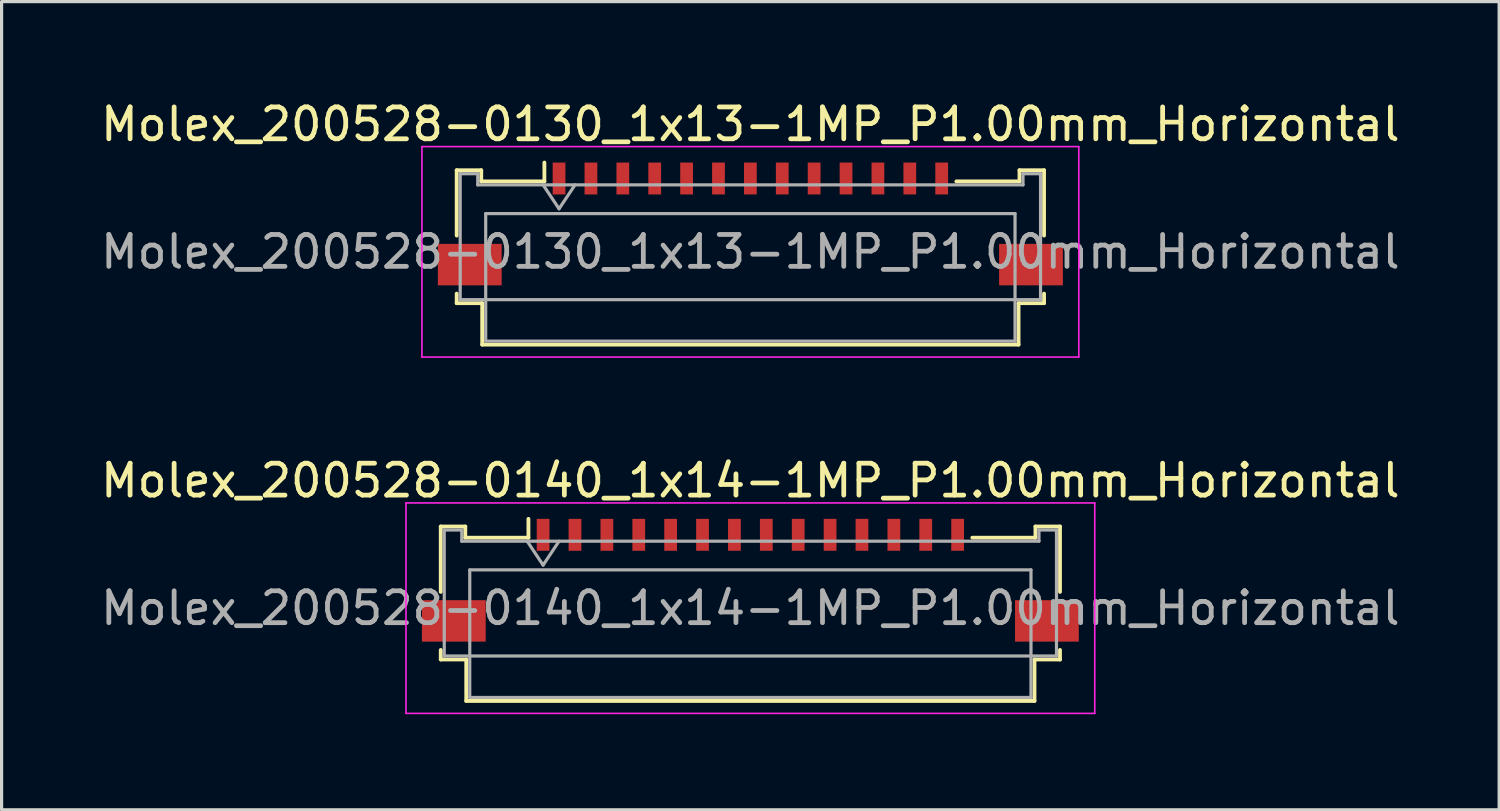
<source format=kicad_pcb>
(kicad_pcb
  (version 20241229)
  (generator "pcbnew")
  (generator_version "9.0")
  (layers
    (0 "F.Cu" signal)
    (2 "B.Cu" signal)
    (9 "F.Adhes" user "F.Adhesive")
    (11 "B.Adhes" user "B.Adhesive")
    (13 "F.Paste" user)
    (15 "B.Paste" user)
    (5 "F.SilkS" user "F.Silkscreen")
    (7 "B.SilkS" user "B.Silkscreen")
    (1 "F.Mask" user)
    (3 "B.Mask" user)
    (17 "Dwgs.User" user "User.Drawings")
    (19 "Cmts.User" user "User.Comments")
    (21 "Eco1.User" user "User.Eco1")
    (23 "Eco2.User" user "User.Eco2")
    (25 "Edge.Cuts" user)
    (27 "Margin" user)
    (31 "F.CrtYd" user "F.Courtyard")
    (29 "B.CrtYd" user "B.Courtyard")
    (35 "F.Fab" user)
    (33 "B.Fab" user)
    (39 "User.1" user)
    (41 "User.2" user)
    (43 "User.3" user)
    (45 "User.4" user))
  (footprint "Molex_200528-0130_1x13-1MP_P1.00mm_Horizontal"
    (layer "F.Cu")
    (at 20.482 3.458)
    (property "Reference" "Molex_200528-0130_1x13-1MP_P1.00mm_Horizontal" (at 0 -2.61 0) (layer "F.SilkS") (effects (font (size 1 1) (thickness 0.15))))
    (attr smd)
    (fp_line (start -9.21 -1.17) (end -9.21 0.88) (stroke (width 0.12) (type solid)) (layer "F.SilkS"))
    (fp_line (start -9.21 2.7) (end -9.21 3) (stroke (width 0.12) (type solid)) (layer "F.SilkS"))
    (fp_line (start -9.21 3) (end -8.41 3) (stroke (width 0.12) (type solid)) (layer "F.SilkS"))
    (fp_line (start -8.44 -1.17) (end -9.21 -1.17) (stroke (width 0.12) (type solid)) (layer "F.SilkS"))
    (fp_line (start -8.44 -0.82) (end -8.44 -1.17) (stroke (width 0.12) (type solid)) (layer "F.SilkS"))
    (fp_line (start -8.41 3) (end -8.41 4.3) (stroke (width 0.12) (type solid)) (layer "F.SilkS"))
    (fp_line (start -8.41 4.3) (end 8.41 4.3) (stroke (width 0.12) (type solid)) (layer "F.SilkS"))
    (fp_line (start -6.46 -1.41) (end -6.46 -0.82) (stroke (width 0.12) (type solid)) (layer "F.SilkS"))
    (fp_line (start -6.46 -0.82) (end -8.44 -0.82) (stroke (width 0.12) (type solid)) (layer "F.SilkS"))
    (fp_line (start 8.41 3) (end 9.21 3) (stroke (width 0.12) (type solid)) (layer "F.SilkS"))
    (fp_line (start 8.41 4.3) (end 8.41 3) (stroke (width 0.12) (type solid)) (layer "F.SilkS"))
    (fp_line (start 8.44 -1.17) (end 8.44 -0.82) (stroke (width 0.12) (type solid)) (layer "F.SilkS"))
    (fp_line (start 8.44 -0.82) (end 6.46 -0.82) (stroke (width 0.12) (type solid)) (layer "F.SilkS"))
    (fp_line (start 9.21 -1.17) (end 8.44 -1.17) (stroke (width 0.12) (type solid)) (layer "F.SilkS"))
    (fp_line (start 9.21 0.88) (end 9.21 -1.17) (stroke (width 0.12) (type solid)) (layer "F.SilkS"))
    (fp_line (start 9.21 3) (end 9.21 2.7) (stroke (width 0.12) (type solid)) (layer "F.SilkS"))
    (fp_line (start -10.3 -1.91) (end -10.3 4.69) (stroke (width 0.05) (type solid)) (layer "F.CrtYd"))
    (fp_line (start -10.3 4.69) (end 10.3 4.69) (stroke (width 0.05) (type solid)) (layer "F.CrtYd"))
    (fp_line (start 10.3 -1.91) (end -10.3 -1.91) (stroke (width 0.05) (type solid)) (layer "F.CrtYd"))
    (fp_line (start 10.3 4.69) (end 10.3 -1.91) (stroke (width 0.05) (type solid)) (layer "F.CrtYd"))
    (fp_line (start -9.1 -1.06) (end -9.1 2.89) (stroke (width 0.1) (type solid)) (layer "F.Fab"))
    (fp_line (start -9.1 2.89) (end 9.1 2.89) (stroke (width 0.1) (type solid)) (layer "F.Fab"))
    (fp_line (start -8.55 -1.06) (end -9.1 -1.06) (stroke (width 0.1) (type solid)) (layer "F.Fab"))
    (fp_line (start -8.55 -0.71) (end -8.55 -1.06) (stroke (width 0.1) (type solid)) (layer "F.Fab"))
    (fp_line (start -8.3 0.19) (end -8.3 4.19) (stroke (width 0.1) (type solid)) (layer "F.Fab"))
    (fp_line (start -8.3 4.19) (end 8.3 4.19) (stroke (width 0.1) (type solid)) (layer "F.Fab"))
    (fp_line (start -6.5 -0.71) (end -6 0.04) (stroke (width 0.1) (type solid)) (layer "F.Fab"))
    (fp_line (start -6 0.04) (end -5.5 -0.71) (stroke (width 0.1) (type solid)) (layer "F.Fab"))
    (fp_line (start 8.3 0.19) (end -8.3 0.19) (stroke (width 0.1) (type solid)) (layer "F.Fab"))
    (fp_line (start 8.3 4.19) (end 8.3 0.19) (stroke (width 0.1) (type solid)) (layer "F.Fab"))
    (fp_line (start 8.55 -1.06) (end 8.55 -0.71) (stroke (width 0.1) (type solid)) (layer "F.Fab"))
    (fp_line (start 8.55 -0.71) (end -8.55 -0.71) (stroke (width 0.1) (type solid)) (layer "F.Fab"))
    (fp_line (start 9.1 -1.06) (end 8.55 -1.06) (stroke (width 0.1) (type solid)) (layer "F.Fab"))
    (fp_line (start 9.1 2.89) (end 9.1 -1.06) (stroke (width 0.1) (type solid)) (layer "F.Fab"))
    (fp_text user "${REFERENCE}" (at 0 1.39 0) (layer "F.Fab") (effects (font (size 1 1) (thickness 0.15))))
    (pad "1" smd rect (at -6 -0.91) (size 0.4 1) (layers "F.Cu" "F.Mask" "F.Paste"))
    (pad "2" smd rect (at -5 -0.91) (size 0.4 1) (layers "F.Cu" "F.Mask" "F.Paste"))
    (pad "3" smd rect (at -4 -0.91) (size 0.4 1) (layers "F.Cu" "F.Mask" "F.Paste"))
    (pad "4" smd rect (at -3 -0.91) (size 0.4 1) (layers "F.Cu" "F.Mask" "F.Paste"))
    (pad "5" smd rect (at -2 -0.91) (size 0.4 1) (layers "F.Cu" "F.Mask" "F.Paste"))
    (pad "6" smd rect (at -1 -0.91) (size 0.4 1) (layers "F.Cu" "F.Mask" "F.Paste"))
    (pad "7" smd rect (at 0 -0.91) (size 0.4 1) (layers "F.Cu" "F.Mask" "F.Paste"))
    (pad "8" smd rect (at 1 -0.91) (size 0.4 1) (layers "F.Cu" "F.Mask" "F.Paste"))
    (pad "9" smd rect (at 2 -0.91) (size 0.4 1) (layers "F.Cu" "F.Mask" "F.Paste"))
    (pad "10" smd rect (at 3 -0.91) (size 0.4 1) (layers "F.Cu" "F.Mask" "F.Paste"))
    (pad "11" smd rect (at 4 -0.91) (size 0.4 1) (layers "F.Cu" "F.Mask" "F.Paste"))
    (pad "12" smd rect (at 5 -0.91) (size 0.4 1) (layers "F.Cu" "F.Mask" "F.Paste"))
    (pad "13" smd rect (at 6 -0.91) (size 0.4 1) (layers "F.Cu" "F.Mask" "F.Paste"))
    (pad "MP" smd rect (at -8.8 1.79) (size 2 1.3) (layers "F.Cu" "F.Mask" "F.Paste"))
    (pad "MP" smd rect (at 8.8 1.79) (size 2 1.3) (layers "F.Cu" "F.Mask" "F.Paste")))
  (footprint "Molex_200528-0140_1x14-1MP_P1.00mm_Horizontal"
    (layer "F.Cu")
    (at 20.482 14.632)
    (property "Reference" "Molex_200528-0140_1x14-1MP_P1.00mm_Horizontal" (at 0 -2.61 0) (layer "F.SilkS") (effects (font (size 1 1) (thickness 0.15))))
    (attr smd)
    (fp_line (start -9.71 -1.17) (end -9.71 0.88) (stroke (width 0.12) (type solid)) (layer "F.SilkS"))
    (fp_line (start -9.71 2.7) (end -9.71 3) (stroke (width 0.12) (type solid)) (layer "F.SilkS"))
    (fp_line (start -9.71 3) (end -8.91 3) (stroke (width 0.12) (type solid)) (layer "F.SilkS"))
    (fp_line (start -8.94 -1.17) (end -9.71 -1.17) (stroke (width 0.12) (type solid)) (layer "F.SilkS"))
    (fp_line (start -8.94 -0.82) (end -8.94 -1.17) (stroke (width 0.12) (type solid)) (layer "F.SilkS"))
    (fp_line (start -8.91 3) (end -8.91 4.3) (stroke (width 0.12) (type solid)) (layer "F.SilkS"))
    (fp_line (start -8.91 4.3) (end 8.91 4.3) (stroke (width 0.12) (type solid)) (layer "F.SilkS"))
    (fp_line (start -6.96 -1.41) (end -6.96 -0.82) (stroke (width 0.12) (type solid)) (layer "F.SilkS"))
    (fp_line (start -6.96 -0.82) (end -8.94 -0.82) (stroke (width 0.12) (type solid)) (layer "F.SilkS"))
    (fp_line (start 8.91 3) (end 9.71 3) (stroke (width 0.12) (type solid)) (layer "F.SilkS"))
    (fp_line (start 8.91 4.3) (end 8.91 3) (stroke (width 0.12) (type solid)) (layer "F.SilkS"))
    (fp_line (start 8.94 -1.17) (end 8.94 -0.82) (stroke (width 0.12) (type solid)) (layer "F.SilkS"))
    (fp_line (start 8.94 -0.82) (end 6.96 -0.82) (stroke (width 0.12) (type solid)) (layer "F.SilkS"))
    (fp_line (start 9.71 -1.17) (end 8.94 -1.17) (stroke (width 0.12) (type solid)) (layer "F.SilkS"))
    (fp_line (start 9.71 0.88) (end 9.71 -1.17) (stroke (width 0.12) (type solid)) (layer "F.SilkS"))
    (fp_line (start 9.71 3) (end 9.71 2.7) (stroke (width 0.12) (type solid)) (layer "F.SilkS"))
    (fp_line (start -10.8 -1.91) (end -10.8 4.69) (stroke (width 0.05) (type solid)) (layer "F.CrtYd"))
    (fp_line (start -10.8 4.69) (end 10.8 4.69) (stroke (width 0.05) (type solid)) (layer "F.CrtYd"))
    (fp_line (start 10.8 -1.91) (end -10.8 -1.91) (stroke (width 0.05) (type solid)) (layer "F.CrtYd"))
    (fp_line (start 10.8 4.69) (end 10.8 -1.91) (stroke (width 0.05) (type solid)) (layer "F.CrtYd"))
    (fp_line (start -9.6 -1.06) (end -9.6 2.89) (stroke (width 0.1) (type solid)) (layer "F.Fab"))
    (fp_line (start -9.6 2.89) (end 9.6 2.89) (stroke (width 0.1) (type solid)) (layer "F.Fab"))
    (fp_line (start -9.05 -1.06) (end -9.6 -1.06) (stroke (width 0.1) (type solid)) (layer "F.Fab"))
    (fp_line (start -9.05 -0.71) (end -9.05 -1.06) (stroke (width 0.1) (type solid)) (layer "F.Fab"))
    (fp_line (start -8.8 0.19) (end -8.8 4.19) (stroke (width 0.1) (type solid)) (layer "F.Fab"))
    (fp_line (start -8.8 4.19) (end 8.8 4.19) (stroke (width 0.1) (type solid)) (layer "F.Fab"))
    (fp_line (start -7 -0.71) (end -6.5 0.04) (stroke (width 0.1) (type solid)) (layer "F.Fab"))
    (fp_line (start -6.5 0.04) (end -6 -0.71) (stroke (width 0.1) (type solid)) (layer "F.Fab"))
    (fp_line (start 8.8 0.19) (end -8.8 0.19) (stroke (width 0.1) (type solid)) (layer "F.Fab"))
    (fp_line (start 8.8 4.19) (end 8.8 0.19) (stroke (width 0.1) (type solid)) (layer "F.Fab"))
    (fp_line (start 9.05 -1.06) (end 9.05 -0.71) (stroke (width 0.1) (type solid)) (layer "F.Fab"))
    (fp_line (start 9.05 -0.71) (end -9.05 -0.71) (stroke (width 0.1) (type solid)) (layer "F.Fab"))
    (fp_line (start 9.6 -1.06) (end 9.05 -1.06) (stroke (width 0.1) (type solid)) (layer "F.Fab"))
    (fp_line (start 9.6 2.89) (end 9.6 -1.06) (stroke (width 0.1) (type solid)) (layer "F.Fab"))
    (fp_text user "${REFERENCE}" (at 0 1.39 0) (layer "F.Fab") (effects (font (size 1 1) (thickness 0.15))))
    (pad "1" smd rect (at -6.5 -0.91) (size 0.4 1) (layers "F.Cu" "F.Mask" "F.Paste"))
    (pad "2" smd rect (at -5.5 -0.91) (size 0.4 1) (layers "F.Cu" "F.Mask" "F.Paste"))
    (pad "3" smd rect (at -4.5 -0.91) (size 0.4 1) (layers "F.Cu" "F.Mask" "F.Paste"))
    (pad "4" smd rect (at -3.5 -0.91) (size 0.4 1) (layers "F.Cu" "F.Mask" "F.Paste"))
    (pad "5" smd rect (at -2.5 -0.91) (size 0.4 1) (layers "F.Cu" "F.Mask" "F.Paste"))
    (pad "6" smd rect (at -1.5 -0.91) (size 0.4 1) (layers "F.Cu" "F.Mask" "F.Paste"))
    (pad "7" smd rect (at -0.5 -0.91) (size 0.4 1) (layers "F.Cu" "F.Mask" "F.Paste"))
    (pad "8" smd rect (at 0.5 -0.91) (size 0.4 1) (layers "F.Cu" "F.Mask" "F.Paste"))
    (pad "9" smd rect (at 1.5 -0.91) (size 0.4 1) (layers "F.Cu" "F.Mask" "F.Paste"))
    (pad "10" smd rect (at 2.5 -0.91) (size 0.4 1) (layers "F.Cu" "F.Mask" "F.Paste"))
    (pad "11" smd rect (at 3.5 -0.91) (size 0.4 1) (layers "F.Cu" "F.Mask" "F.Paste"))
    (pad "12" smd rect (at 4.5 -0.91) (size 0.4 1) (layers "F.Cu" "F.Mask" "F.Paste"))
    (pad "13" smd rect (at 5.5 -0.91) (size 0.4 1) (layers "F.Cu" "F.Mask" "F.Paste"))
    (pad "14" smd rect (at 6.5 -0.91) (size 0.4 1) (layers "F.Cu" "F.Mask" "F.Paste"))
    (pad "MP" smd rect (at -9.3 1.79) (size 2 1.3) (layers "F.Cu" "F.Mask" "F.Paste"))
    (pad "MP" smd rect (at 9.3 1.79) (size 2 1.3) (layers "F.Cu" "F.Mask" "F.Paste")))
  (gr_rect
    (start -3 -3)
    (end 43.964 22.346)
    (stroke (width 0.1) (type default))
    (fill no)
    (layer "Edge.Cuts")))
</source>
